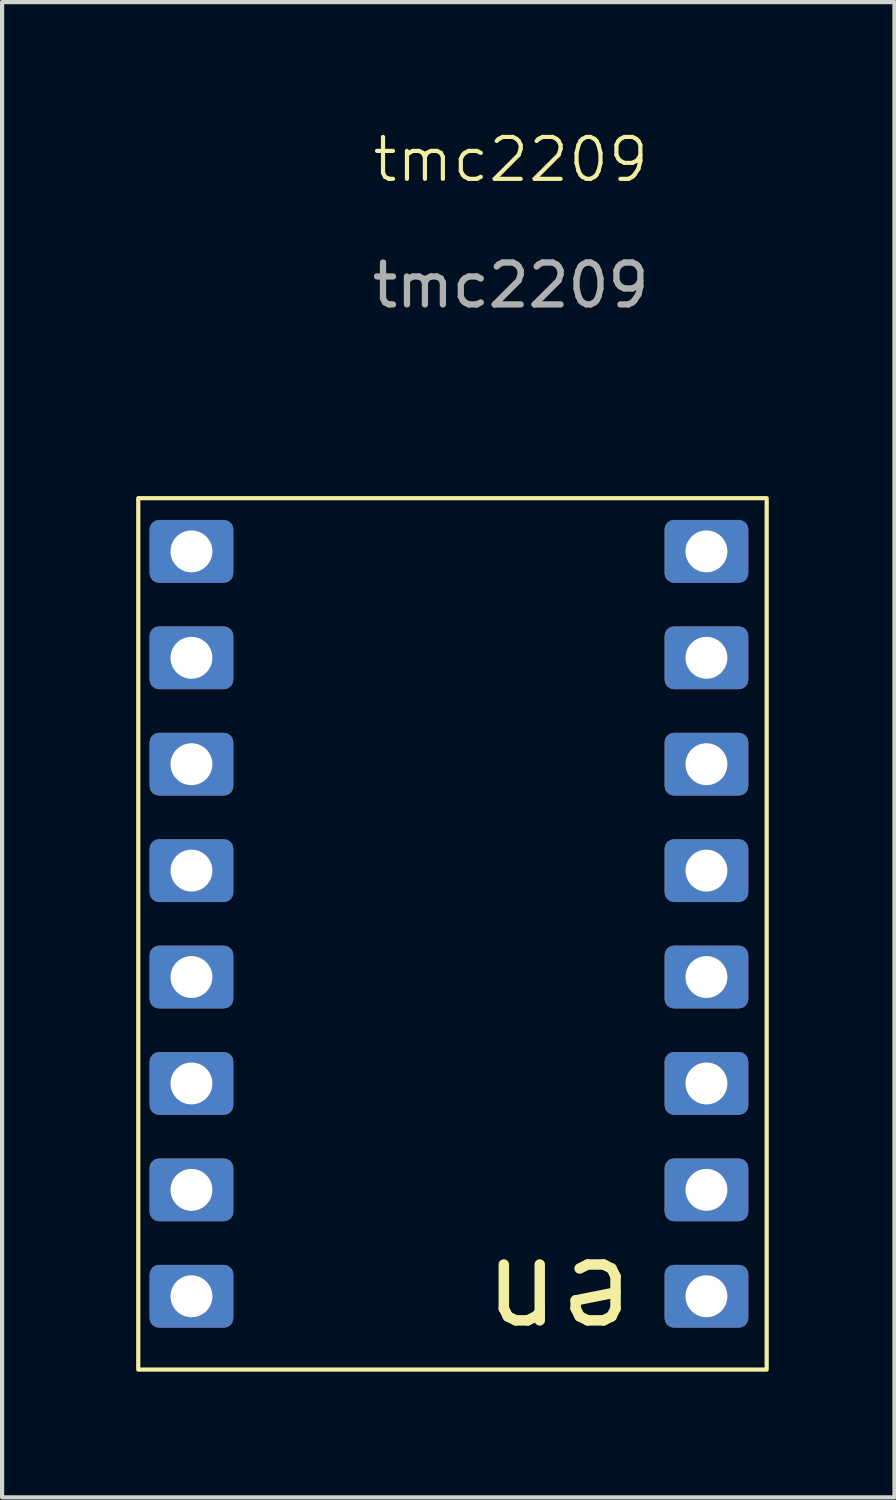
<source format=kicad_pcb>
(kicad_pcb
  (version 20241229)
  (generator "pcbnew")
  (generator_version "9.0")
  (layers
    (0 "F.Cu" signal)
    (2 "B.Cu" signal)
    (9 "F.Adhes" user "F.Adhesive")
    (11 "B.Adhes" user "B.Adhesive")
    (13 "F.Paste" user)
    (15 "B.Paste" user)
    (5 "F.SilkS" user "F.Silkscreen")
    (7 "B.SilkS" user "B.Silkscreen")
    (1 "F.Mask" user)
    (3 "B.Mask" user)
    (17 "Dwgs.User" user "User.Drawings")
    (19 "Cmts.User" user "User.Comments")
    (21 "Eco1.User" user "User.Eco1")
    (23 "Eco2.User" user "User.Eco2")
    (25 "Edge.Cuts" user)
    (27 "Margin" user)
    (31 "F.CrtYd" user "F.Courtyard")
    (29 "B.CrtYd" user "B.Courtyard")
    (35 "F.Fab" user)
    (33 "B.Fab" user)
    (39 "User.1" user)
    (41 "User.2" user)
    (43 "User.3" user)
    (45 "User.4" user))
  (footprint "tmc2209"
    (layer "F.Cu")
    (at 0.25 8.841)
    (property "Reference" "tmc2209" (at 8.89 -8.08 0) (unlocked yes) (layer "F.SilkS") (effects (font (size 1 1) (thickness 0.1))))
    (attr smd)
    (fp_rect (start 0 0) (end 15 20.8) (stroke (width 0.1) (type solid)) (fill no) (layer "F.SilkS"))
    (fp_text user "en" (at 11.938 18.034 180) (unlocked yes) (layer "F.SilkS") (effects (font (size 2 2) (thickness 0.25)) (justify left bottom)))
    (fp_text user "${REFERENCE}" (at 8.89 -5.08 0) (unlocked yes) (layer "F.Fab") (effects (font (size 1 1) (thickness 0.15))))
    (pad "1" thru_hole roundrect (at 1.27 1.27 180) (size 2 1.5) (drill 1) (layers "*.Cu" "*.Mask") (roundrect_rratio 0.15))
    (pad "2" thru_hole roundrect (at 1.27 3.81 180) (size 2 1.5) (drill 1) (layers "*.Cu" "*.Mask") (roundrect_rratio 0.15))
    (pad "3" thru_hole roundrect (at 1.27 6.35 180) (size 2 1.5) (drill 1) (layers "*.Cu" "*.Mask") (roundrect_rratio 0.15))
    (pad "4" thru_hole roundrect (at 1.27 8.89 180) (size 2 1.5) (drill 1) (layers "*.Cu" "*.Mask") (roundrect_rratio 0.15))
    (pad "5" thru_hole roundrect (at 1.27 11.43 180) (size 2 1.5) (drill 1) (layers "*.Cu" "*.Mask") (roundrect_rratio 0.15))
    (pad "6" thru_hole roundrect (at 1.27 13.97 180) (size 2 1.5) (drill 1) (layers "*.Cu" "*.Mask") (roundrect_rratio 0.15))
    (pad "7" thru_hole roundrect (at 1.27 16.51 180) (size 2 1.5) (drill 1) (layers "*.Cu" "*.Mask") (roundrect_rratio 0.15))
    (pad "8" thru_hole roundrect (at 1.27 19.05 180) (size 2 1.5) (drill 1) (layers "*.Cu" "*.Mask") (roundrect_rratio 0.15))
    (pad "9" thru_hole roundrect (at 13.562 1.27 180) (size 2 1.5) (drill 1) (layers "*.Cu" "*.Mask") (roundrect_rratio 0.15))
    (pad "10" thru_hole roundrect (at 13.562 3.81 180) (size 2 1.5) (drill 1) (layers "*.Cu" "*.Mask") (roundrect_rratio 0.15))
    (pad "11" thru_hole roundrect (at 13.562 6.35 180) (size 2 1.5) (drill 1) (layers "*.Cu" "*.Mask") (roundrect_rratio 0.15))
    (pad "12" thru_hole roundrect (at 13.562 8.89 180) (size 2 1.5) (drill 1) (layers "*.Cu" "*.Mask") (roundrect_rratio 0.15))
    (pad "13" thru_hole roundrect (at 13.562 11.43 180) (size 2 1.5) (drill 1) (layers "*.Cu" "*.Mask") (roundrect_rratio 0.15))
    (pad "14" thru_hole roundrect (at 13.562 13.97 180) (size 2 1.5) (drill 1) (layers "*.Cu" "*.Mask") (roundrect_rratio 0.15))
    (pad "15" thru_hole roundrect (at 13.562 16.51 180) (size 2 1.5) (drill 1) (layers "*.Cu" "*.Mask") (roundrect_rratio 0.15))
    (pad "16" thru_hole roundrect (at 13.562 19.05 180) (size 2 1.5) (drill 1) (layers "*.Cu" "*.Mask") (roundrect_rratio 0.15)))
  (gr_rect
    (start -3 -3)
    (end 18.3 32.691)
    (stroke (width 0.1) (type default))
    (fill no)
    (layer "Edge.Cuts")))
</source>
